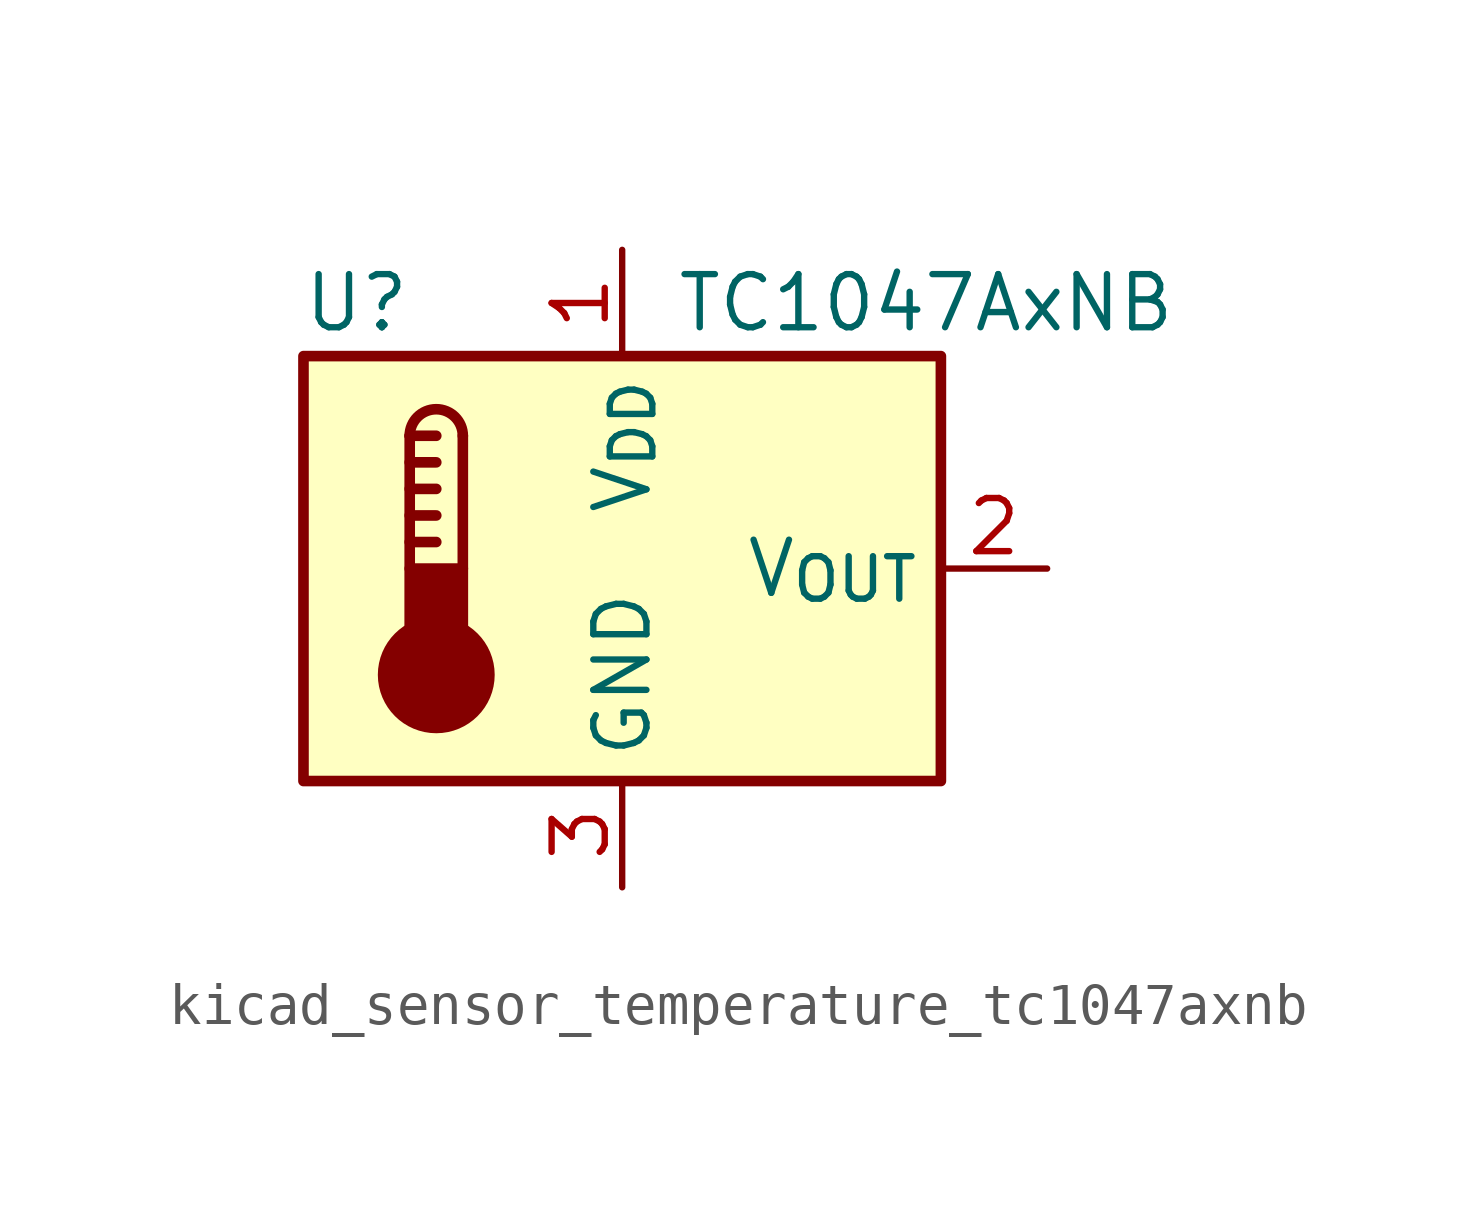
<source format=kicad_sym>
(kicad_symbol_lib
  (version 20220914)
  (generator kicad_symbol_editor)
  (symbol "kicad_sensor_temperature_tc1047axnb"
    (property "Reference" "U"
      (at -6.35 6.35 0)
      (effects (font (size 1.27 1.27))))
    (property "Value" "TC1047AxNB"
      (at 1.27 6.35 0)
      (effects (font (size 1.27 1.27)) (justify left)))
    (symbol "kicad_sensor_temperature_tc1047axnb_0_1"
      (rectangle (start -7.62 5.08) (end 7.62 -5.08) (stroke (width 0.254) (type default)) (fill (type background)))
      (circle (center -4.445 -2.54) (radius 1.27) (stroke (width 0.254) (type default)) (fill (type outline)))
      (rectangle (start -3.81 -1.905) (end -5.08 0) (stroke (width 0.254) (type default)) (fill (type outline)))
      (arc (start -3.81 3.175) (mid -4.445 3.8073) (end -5.08 3.175) (stroke (width 0.254) (type default)) (fill (type none)))
      (polyline (pts (xy -5.08 0.635) (xy -4.445 0.635)) (stroke (width 0.254) (type default)) (fill (type none)))
      (polyline (pts (xy -5.08 1.27) (xy -4.445 1.27)) (stroke (width 0.254) (type default)) (fill (type none)))
      (polyline (pts (xy -5.08 1.905) (xy -4.445 1.905)) (stroke (width 0.254) (type default)) (fill (type none)))
      (polyline (pts (xy -5.08 2.54) (xy -4.445 2.54)) (stroke (width 0.254) (type default)) (fill (type none)))
      (polyline (pts (xy -5.08 3.175) (xy -5.08 0)) (stroke (width 0.254) (type default)) (fill (type none)))
      (polyline (pts (xy -5.08 3.175) (xy -4.445 3.175)) (stroke (width 0.254) (type default)) (fill (type none)))
      (polyline (pts (xy -3.81 3.175) (xy -3.81 0)) (stroke (width 0.254) (type default)) (fill (type none))))
    (symbol "kicad_sensor_temperature_tc1047axnb_1_1"
      (pin power_in line (at 0 7.62 270) (length 2.54) (name "V_{DD}" (effects (font (size 1.27 1.27)))) (number "1" (effects (font (size 1.27 1.27)))))
      (pin output line (at 10.16 0 180) (length 2.54) (name "V_{OUT}" (effects (font (size 1.27 1.27)))) (number "2" (effects (font (size 1.27 1.27)))))
      (pin power_in line (at 0 -7.62 90) (length 2.54) (name "GND" (effects (font (size 1.27 1.27)))) (number "3" (effects (font (size 1.27 1.27))))))))
</source>
